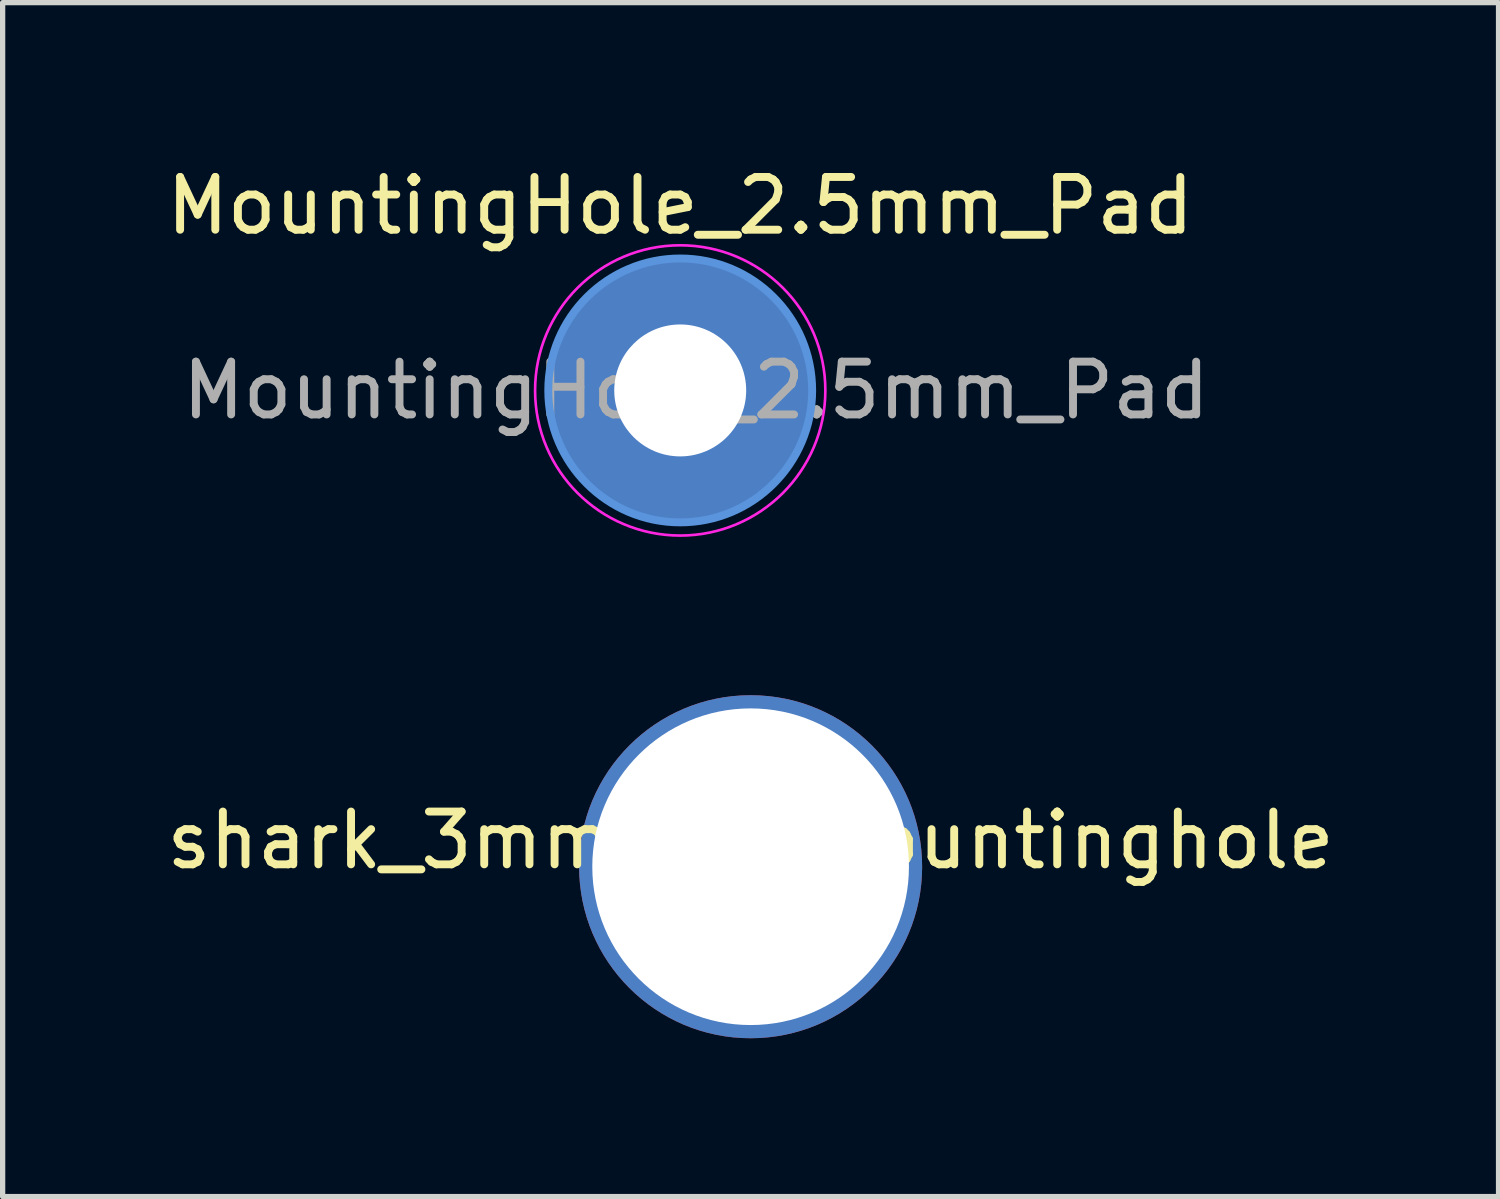
<source format=kicad_pcb>
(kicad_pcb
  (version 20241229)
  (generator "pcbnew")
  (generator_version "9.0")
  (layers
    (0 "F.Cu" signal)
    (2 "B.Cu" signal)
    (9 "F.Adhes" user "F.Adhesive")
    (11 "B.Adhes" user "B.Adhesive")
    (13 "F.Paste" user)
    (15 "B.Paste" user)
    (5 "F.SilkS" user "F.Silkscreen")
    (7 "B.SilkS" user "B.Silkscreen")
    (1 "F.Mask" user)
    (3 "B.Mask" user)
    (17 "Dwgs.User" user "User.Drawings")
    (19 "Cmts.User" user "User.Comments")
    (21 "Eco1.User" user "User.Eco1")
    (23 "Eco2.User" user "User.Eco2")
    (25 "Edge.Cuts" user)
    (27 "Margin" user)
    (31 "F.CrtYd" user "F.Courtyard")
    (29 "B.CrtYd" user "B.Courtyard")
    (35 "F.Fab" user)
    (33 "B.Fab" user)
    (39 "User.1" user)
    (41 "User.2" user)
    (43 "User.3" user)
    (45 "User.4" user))
  (footprint "shark_3mm_tht_mountinghole"
    (layer "F.Cu")
    (at 11.173 13.373)
    (property "Reference" "shark_3mm_tht_mountinghole" (at 0 -0.5 0) (unlocked yes) (layer "F.SilkS") (effects (font (size 1 1) (thickness 0.15))))
    (attr smd)
    (pad "1" thru_hole circle (at 0 0) (size 6.5 6.5) (drill 6) (layers "*.Cu" "*.Mask")))
  (footprint "MountingHole_2.5mm_Pad"
    (layer "F.Cu")
    (at 9.839 4.348)
    (property "Reference" "MountingHole_2.5mm_Pad" (at 0 -3.5 0) (layer "F.SilkS") (effects (font (size 1 1) (thickness 0.15))))
    (attr exclude_from_pos_files exclude_from_bom)
    (fp_circle (center 0 0) (end 2.5 0) (stroke (width 0.15) (type solid)) (fill no) (layer "Cmts.User"))
    (fp_circle (center 0 0) (end 2.75 0) (stroke (width 0.05) (type solid)) (fill no) (layer "F.CrtYd"))
    (fp_text user "${REFERENCE}" (at 0.3 0 0) (layer "F.Fab") (effects (font (size 1 1) (thickness 0.15))))
    (pad "1" thru_hole circle (at 0 0) (size 5 5) (drill 2.5) (layers "*.Cu" "*.Mask")))
  (gr_rect
    (start -3 -3)
    (end 25.345 19.623)
    (stroke (width 0.1) (type default))
    (fill no)
    (layer "Edge.Cuts")))
</source>
